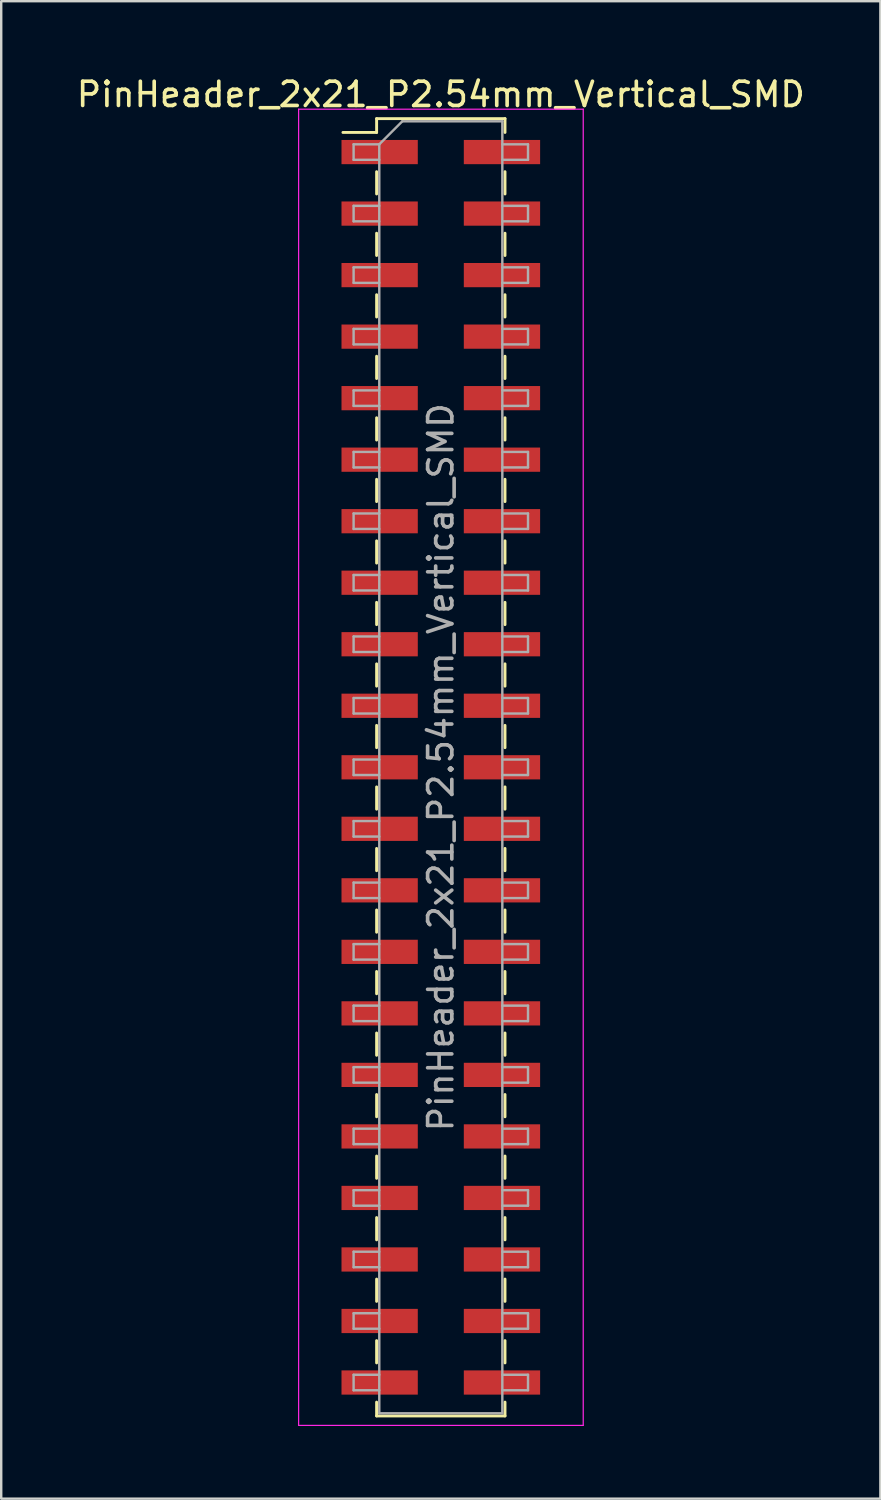
<source format=kicad_pcb>
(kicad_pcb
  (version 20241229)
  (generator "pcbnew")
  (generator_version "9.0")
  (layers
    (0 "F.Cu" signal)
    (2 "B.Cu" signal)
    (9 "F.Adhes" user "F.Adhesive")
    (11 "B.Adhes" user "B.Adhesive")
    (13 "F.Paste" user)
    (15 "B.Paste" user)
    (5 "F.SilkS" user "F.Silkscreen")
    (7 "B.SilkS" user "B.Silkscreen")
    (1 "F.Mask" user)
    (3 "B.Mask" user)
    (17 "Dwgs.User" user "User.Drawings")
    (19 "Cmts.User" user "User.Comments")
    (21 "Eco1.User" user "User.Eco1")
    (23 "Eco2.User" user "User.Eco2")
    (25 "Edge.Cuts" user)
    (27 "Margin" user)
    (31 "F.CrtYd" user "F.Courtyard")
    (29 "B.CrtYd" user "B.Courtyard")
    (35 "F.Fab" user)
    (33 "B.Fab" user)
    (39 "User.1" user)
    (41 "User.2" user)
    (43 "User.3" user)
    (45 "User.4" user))
  (footprint "PinHeader_2x21_P2.54mm_Vertical_SMD"
    (layer "F.Cu")
    (at 15.149 28.628)
    (property "Reference" "PinHeader_2x21_P2.54mm_Vertical_SMD" (at 0 -27.78 0) (layer "F.SilkS") (effects (font (size 1 1) (thickness 0.15))))
    (attr smd)
    (fp_line (start -4.04 -26.21) (end -2.65 -26.21) (stroke (width 0.12) (type solid)) (layer "F.SilkS"))
    (fp_line (start -2.65 -26.78) (end -2.65 -26.21) (stroke (width 0.12) (type solid)) (layer "F.SilkS"))
    (fp_line (start -2.65 -26.78) (end 2.65 -26.78) (stroke (width 0.12) (type solid)) (layer "F.SilkS"))
    (fp_line (start -2.65 -24.59) (end -2.65 -23.67) (stroke (width 0.12) (type solid)) (layer "F.SilkS"))
    (fp_line (start -2.65 -22.05) (end -2.65 -21.13) (stroke (width 0.12) (type solid)) (layer "F.SilkS"))
    (fp_line (start -2.65 -19.51) (end -2.65 -18.59) (stroke (width 0.12) (type solid)) (layer "F.SilkS"))
    (fp_line (start -2.65 -16.97) (end -2.65 -16.05) (stroke (width 0.12) (type solid)) (layer "F.SilkS"))
    (fp_line (start -2.65 -14.43) (end -2.65 -13.51) (stroke (width 0.12) (type solid)) (layer "F.SilkS"))
    (fp_line (start -2.65 -11.89) (end -2.65 -10.97) (stroke (width 0.12) (type solid)) (layer "F.SilkS"))
    (fp_line (start -2.65 -9.35) (end -2.65 -8.43) (stroke (width 0.12) (type solid)) (layer "F.SilkS"))
    (fp_line (start -2.65 -6.81) (end -2.65 -5.89) (stroke (width 0.12) (type solid)) (layer "F.SilkS"))
    (fp_line (start -2.65 -4.27) (end -2.65 -3.35) (stroke (width 0.12) (type solid)) (layer "F.SilkS"))
    (fp_line (start -2.65 -1.73) (end -2.65 -0.81) (stroke (width 0.12) (type solid)) (layer "F.SilkS"))
    (fp_line (start -2.65 0.81) (end -2.65 1.73) (stroke (width 0.12) (type solid)) (layer "F.SilkS"))
    (fp_line (start -2.65 3.35) (end -2.65 4.27) (stroke (width 0.12) (type solid)) (layer "F.SilkS"))
    (fp_line (start -2.65 5.89) (end -2.65 6.81) (stroke (width 0.12) (type solid)) (layer "F.SilkS"))
    (fp_line (start -2.65 8.43) (end -2.65 9.35) (stroke (width 0.12) (type solid)) (layer "F.SilkS"))
    (fp_line (start -2.65 10.97) (end -2.65 11.89) (stroke (width 0.12) (type solid)) (layer "F.SilkS"))
    (fp_line (start -2.65 13.51) (end -2.65 14.43) (stroke (width 0.12) (type solid)) (layer "F.SilkS"))
    (fp_line (start -2.65 16.05) (end -2.65 16.97) (stroke (width 0.12) (type solid)) (layer "F.SilkS"))
    (fp_line (start -2.65 18.59) (end -2.65 19.51) (stroke (width 0.12) (type solid)) (layer "F.SilkS"))
    (fp_line (start -2.65 21.13) (end -2.65 22.05) (stroke (width 0.12) (type solid)) (layer "F.SilkS"))
    (fp_line (start -2.65 23.67) (end -2.65 24.59) (stroke (width 0.12) (type solid)) (layer "F.SilkS"))
    (fp_line (start -2.65 26.21) (end -2.65 26.78) (stroke (width 0.12) (type solid)) (layer "F.SilkS"))
    (fp_line (start -2.65 26.78) (end 2.65 26.78) (stroke (width 0.12) (type solid)) (layer "F.SilkS"))
    (fp_line (start 2.65 -26.78) (end 2.65 -26.21) (stroke (width 0.12) (type solid)) (layer "F.SilkS"))
    (fp_line (start 2.65 -24.59) (end 2.65 -23.67) (stroke (width 0.12) (type solid)) (layer "F.SilkS"))
    (fp_line (start 2.65 -22.05) (end 2.65 -21.13) (stroke (width 0.12) (type solid)) (layer "F.SilkS"))
    (fp_line (start 2.65 -19.51) (end 2.65 -18.59) (stroke (width 0.12) (type solid)) (layer "F.SilkS"))
    (fp_line (start 2.65 -16.97) (end 2.65 -16.05) (stroke (width 0.12) (type solid)) (layer "F.SilkS"))
    (fp_line (start 2.65 -14.43) (end 2.65 -13.51) (stroke (width 0.12) (type solid)) (layer "F.SilkS"))
    (fp_line (start 2.65 -11.89) (end 2.65 -10.97) (stroke (width 0.12) (type solid)) (layer "F.SilkS"))
    (fp_line (start 2.65 -9.35) (end 2.65 -8.43) (stroke (width 0.12) (type solid)) (layer "F.SilkS"))
    (fp_line (start 2.65 -6.81) (end 2.65 -5.89) (stroke (width 0.12) (type solid)) (layer "F.SilkS"))
    (fp_line (start 2.65 -4.27) (end 2.65 -3.35) (stroke (width 0.12) (type solid)) (layer "F.SilkS"))
    (fp_line (start 2.65 -1.73) (end 2.65 -0.81) (stroke (width 0.12) (type solid)) (layer "F.SilkS"))
    (fp_line (start 2.65 0.81) (end 2.65 1.73) (stroke (width 0.12) (type solid)) (layer "F.SilkS"))
    (fp_line (start 2.65 3.35) (end 2.65 4.27) (stroke (width 0.12) (type solid)) (layer "F.SilkS"))
    (fp_line (start 2.65 5.89) (end 2.65 6.81) (stroke (width 0.12) (type solid)) (layer "F.SilkS"))
    (fp_line (start 2.65 8.43) (end 2.65 9.35) (stroke (width 0.12) (type solid)) (layer "F.SilkS"))
    (fp_line (start 2.65 10.97) (end 2.65 11.89) (stroke (width 0.12) (type solid)) (layer "F.SilkS"))
    (fp_line (start 2.65 13.51) (end 2.65 14.43) (stroke (width 0.12) (type solid)) (layer "F.SilkS"))
    (fp_line (start 2.65 16.05) (end 2.65 16.97) (stroke (width 0.12) (type solid)) (layer "F.SilkS"))
    (fp_line (start 2.65 18.59) (end 2.65 19.51) (stroke (width 0.12) (type solid)) (layer "F.SilkS"))
    (fp_line (start 2.65 21.13) (end 2.65 22.05) (stroke (width 0.12) (type solid)) (layer "F.SilkS"))
    (fp_line (start 2.65 23.67) (end 2.65 24.59) (stroke (width 0.12) (type solid)) (layer "F.SilkS"))
    (fp_line (start 2.65 26.21) (end 2.65 26.78) (stroke (width 0.12) (type solid)) (layer "F.SilkS"))
    (fp_line (start -5.87 -27.17) (end -5.87 27.17) (stroke (width 0.05) (type solid)) (layer "F.CrtYd"))
    (fp_line (start -5.87 27.17) (end 5.88 27.17) (stroke (width 0.05) (type solid)) (layer "F.CrtYd"))
    (fp_line (start 5.88 -27.17) (end -5.87 -27.17) (stroke (width 0.05) (type solid)) (layer "F.CrtYd"))
    (fp_line (start 5.88 27.17) (end 5.88 -27.17) (stroke (width 0.05) (type solid)) (layer "F.CrtYd"))
    (fp_line (start -3.6 -25.72) (end -3.6 -25.08) (stroke (width 0.1) (type solid)) (layer "F.Fab"))
    (fp_line (start -3.6 -25.08) (end -2.54 -25.08) (stroke (width 0.1) (type solid)) (layer "F.Fab"))
    (fp_line (start -3.6 -23.18) (end -3.6 -22.54) (stroke (width 0.1) (type solid)) (layer "F.Fab"))
    (fp_line (start -3.6 -22.54) (end -2.54 -22.54) (stroke (width 0.1) (type solid)) (layer "F.Fab"))
    (fp_line (start -3.6 -20.64) (end -3.6 -20) (stroke (width 0.1) (type solid)) (layer "F.Fab"))
    (fp_line (start -3.6 -20) (end -2.54 -20) (stroke (width 0.1) (type solid)) (layer "F.Fab"))
    (fp_line (start -3.6 -18.1) (end -3.6 -17.46) (stroke (width 0.1) (type solid)) (layer "F.Fab"))
    (fp_line (start -3.6 -17.46) (end -2.54 -17.46) (stroke (width 0.1) (type solid)) (layer "F.Fab"))
    (fp_line (start -3.6 -15.56) (end -3.6 -14.92) (stroke (width 0.1) (type solid)) (layer "F.Fab"))
    (fp_line (start -3.6 -14.92) (end -2.54 -14.92) (stroke (width 0.1) (type solid)) (layer "F.Fab"))
    (fp_line (start -3.6 -13.02) (end -3.6 -12.38) (stroke (width 0.1) (type solid)) (layer "F.Fab"))
    (fp_line (start -3.6 -12.38) (end -2.54 -12.38) (stroke (width 0.1) (type solid)) (layer "F.Fab"))
    (fp_line (start -3.6 -10.48) (end -3.6 -9.84) (stroke (width 0.1) (type solid)) (layer "F.Fab"))
    (fp_line (start -3.6 -9.84) (end -2.54 -9.84) (stroke (width 0.1) (type solid)) (layer "F.Fab"))
    (fp_line (start -3.6 -7.94) (end -3.6 -7.3) (stroke (width 0.1) (type solid)) (layer "F.Fab"))
    (fp_line (start -3.6 -7.3) (end -2.54 -7.3) (stroke (width 0.1) (type solid)) (layer "F.Fab"))
    (fp_line (start -3.6 -5.4) (end -3.6 -4.76) (stroke (width 0.1) (type solid)) (layer "F.Fab"))
    (fp_line (start -3.6 -4.76) (end -2.54 -4.76) (stroke (width 0.1) (type solid)) (layer "F.Fab"))
    (fp_line (start -3.6 -2.86) (end -3.6 -2.22) (stroke (width 0.1) (type solid)) (layer "F.Fab"))
    (fp_line (start -3.6 -2.22) (end -2.54 -2.22) (stroke (width 0.1) (type solid)) (layer "F.Fab"))
    (fp_line (start -3.6 -0.32) (end -3.6 0.32) (stroke (width 0.1) (type solid)) (layer "F.Fab"))
    (fp_line (start -3.6 0.32) (end -2.54 0.32) (stroke (width 0.1) (type solid)) (layer "F.Fab"))
    (fp_line (start -3.6 2.22) (end -3.6 2.86) (stroke (width 0.1) (type solid)) (layer "F.Fab"))
    (fp_line (start -3.6 2.86) (end -2.54 2.86) (stroke (width 0.1) (type solid)) (layer "F.Fab"))
    (fp_line (start -3.6 4.76) (end -3.6 5.4) (stroke (width 0.1) (type solid)) (layer "F.Fab"))
    (fp_line (start -3.6 5.4) (end -2.54 5.4) (stroke (width 0.1) (type solid)) (layer "F.Fab"))
    (fp_line (start -3.6 7.3) (end -3.6 7.94) (stroke (width 0.1) (type solid)) (layer "F.Fab"))
    (fp_line (start -3.6 7.94) (end -2.54 7.94) (stroke (width 0.1) (type solid)) (layer "F.Fab"))
    (fp_line (start -3.6 9.84) (end -3.6 10.48) (stroke (width 0.1) (type solid)) (layer "F.Fab"))
    (fp_line (start -3.6 10.48) (end -2.54 10.48) (stroke (width 0.1) (type solid)) (layer "F.Fab"))
    (fp_line (start -3.6 12.38) (end -3.6 13.02) (stroke (width 0.1) (type solid)) (layer "F.Fab"))
    (fp_line (start -3.6 13.02) (end -2.54 13.02) (stroke (width 0.1) (type solid)) (layer "F.Fab"))
    (fp_line (start -3.6 14.92) (end -3.6 15.56) (stroke (width 0.1) (type solid)) (layer "F.Fab"))
    (fp_line (start -3.6 15.56) (end -2.54 15.56) (stroke (width 0.1) (type solid)) (layer "F.Fab"))
    (fp_line (start -3.6 17.46) (end -3.6 18.1) (stroke (width 0.1) (type solid)) (layer "F.Fab"))
    (fp_line (start -3.6 18.1) (end -2.54 18.1) (stroke (width 0.1) (type solid)) (layer "F.Fab"))
    (fp_line (start -3.6 20) (end -3.6 20.64) (stroke (width 0.1) (type solid)) (layer "F.Fab"))
    (fp_line (start -3.6 20.64) (end -2.54 20.64) (stroke (width 0.1) (type solid)) (layer "F.Fab"))
    (fp_line (start -3.6 22.54) (end -3.6 23.18) (stroke (width 0.1) (type solid)) (layer "F.Fab"))
    (fp_line (start -3.6 23.18) (end -2.54 23.18) (stroke (width 0.1) (type solid)) (layer "F.Fab"))
    (fp_line (start -3.6 25.08) (end -3.6 25.72) (stroke (width 0.1) (type solid)) (layer "F.Fab"))
    (fp_line (start -3.6 25.72) (end -2.54 25.72) (stroke (width 0.1) (type solid)) (layer "F.Fab"))
    (fp_line (start -2.54 -25.72) (end -3.6 -25.72) (stroke (width 0.1) (type solid)) (layer "F.Fab"))
    (fp_line (start -2.54 -25.72) (end -1.59 -26.67) (stroke (width 0.1) (type solid)) (layer "F.Fab"))
    (fp_line (start -2.54 -23.18) (end -3.6 -23.18) (stroke (width 0.1) (type solid)) (layer "F.Fab"))
    (fp_line (start -2.54 -20.64) (end -3.6 -20.64) (stroke (width 0.1) (type solid)) (layer "F.Fab"))
    (fp_line (start -2.54 -18.1) (end -3.6 -18.1) (stroke (width 0.1) (type solid)) (layer "F.Fab"))
    (fp_line (start -2.54 -15.56) (end -3.6 -15.56) (stroke (width 0.1) (type solid)) (layer "F.Fab"))
    (fp_line (start -2.54 -13.02) (end -3.6 -13.02) (stroke (width 0.1) (type solid)) (layer "F.Fab"))
    (fp_line (start -2.54 -10.48) (end -3.6 -10.48) (stroke (width 0.1) (type solid)) (layer "F.Fab"))
    (fp_line (start -2.54 -7.94) (end -3.6 -7.94) (stroke (width 0.1) (type solid)) (layer "F.Fab"))
    (fp_line (start -2.54 -5.4) (end -3.6 -5.4) (stroke (width 0.1) (type solid)) (layer "F.Fab"))
    (fp_line (start -2.54 -2.86) (end -3.6 -2.86) (stroke (width 0.1) (type solid)) (layer "F.Fab"))
    (fp_line (start -2.54 -0.32) (end -3.6 -0.32) (stroke (width 0.1) (type solid)) (layer "F.Fab"))
    (fp_line (start -2.54 2.22) (end -3.6 2.22) (stroke (width 0.1) (type solid)) (layer "F.Fab"))
    (fp_line (start -2.54 4.76) (end -3.6 4.76) (stroke (width 0.1) (type solid)) (layer "F.Fab"))
    (fp_line (start -2.54 7.3) (end -3.6 7.3) (stroke (width 0.1) (type solid)) (layer "F.Fab"))
    (fp_line (start -2.54 9.84) (end -3.6 9.84) (stroke (width 0.1) (type solid)) (layer "F.Fab"))
    (fp_line (start -2.54 12.38) (end -3.6 12.38) (stroke (width 0.1) (type solid)) (layer "F.Fab"))
    (fp_line (start -2.54 14.92) (end -3.6 14.92) (stroke (width 0.1) (type solid)) (layer "F.Fab"))
    (fp_line (start -2.54 17.46) (end -3.6 17.46) (stroke (width 0.1) (type solid)) (layer "F.Fab"))
    (fp_line (start -2.54 20) (end -3.6 20) (stroke (width 0.1) (type solid)) (layer "F.Fab"))
    (fp_line (start -2.54 22.54) (end -3.6 22.54) (stroke (width 0.1) (type solid)) (layer "F.Fab"))
    (fp_line (start -2.54 25.08) (end -3.6 25.08) (stroke (width 0.1) (type solid)) (layer "F.Fab"))
    (fp_line (start -2.54 26.67) (end -2.54 -25.72) (stroke (width 0.1) (type solid)) (layer "F.Fab"))
    (fp_line (start -1.59 -26.67) (end 2.54 -26.67) (stroke (width 0.1) (type solid)) (layer "F.Fab"))
    (fp_line (start 2.54 -26.67) (end 2.54 26.67) (stroke (width 0.1) (type solid)) (layer "F.Fab"))
    (fp_line (start 2.54 -25.72) (end 3.6 -25.72) (stroke (width 0.1) (type solid)) (layer "F.Fab"))
    (fp_line (start 2.54 -23.18) (end 3.6 -23.18) (stroke (width 0.1) (type solid)) (layer "F.Fab"))
    (fp_line (start 2.54 -20.64) (end 3.6 -20.64) (stroke (width 0.1) (type solid)) (layer "F.Fab"))
    (fp_line (start 2.54 -18.1) (end 3.6 -18.1) (stroke (width 0.1) (type solid)) (layer "F.Fab"))
    (fp_line (start 2.54 -15.56) (end 3.6 -15.56) (stroke (width 0.1) (type solid)) (layer "F.Fab"))
    (fp_line (start 2.54 -13.02) (end 3.6 -13.02) (stroke (width 0.1) (type solid)) (layer "F.Fab"))
    (fp_line (start 2.54 -10.48) (end 3.6 -10.48) (stroke (width 0.1) (type solid)) (layer "F.Fab"))
    (fp_line (start 2.54 -7.94) (end 3.6 -7.94) (stroke (width 0.1) (type solid)) (layer "F.Fab"))
    (fp_line (start 2.54 -5.4) (end 3.6 -5.4) (stroke (width 0.1) (type solid)) (layer "F.Fab"))
    (fp_line (start 2.54 -2.86) (end 3.6 -2.86) (stroke (width 0.1) (type solid)) (layer "F.Fab"))
    (fp_line (start 2.54 -0.32) (end 3.6 -0.32) (stroke (width 0.1) (type solid)) (layer "F.Fab"))
    (fp_line (start 2.54 2.22) (end 3.6 2.22) (stroke (width 0.1) (type solid)) (layer "F.Fab"))
    (fp_line (start 2.54 4.76) (end 3.6 4.76) (stroke (width 0.1) (type solid)) (layer "F.Fab"))
    (fp_line (start 2.54 7.3) (end 3.6 7.3) (stroke (width 0.1) (type solid)) (layer "F.Fab"))
    (fp_line (start 2.54 9.84) (end 3.6 9.84) (stroke (width 0.1) (type solid)) (layer "F.Fab"))
    (fp_line (start 2.54 12.38) (end 3.6 12.38) (stroke (width 0.1) (type solid)) (layer "F.Fab"))
    (fp_line (start 2.54 14.92) (end 3.6 14.92) (stroke (width 0.1) (type solid)) (layer "F.Fab"))
    (fp_line (start 2.54 17.46) (end 3.6 17.46) (stroke (width 0.1) (type solid)) (layer "F.Fab"))
    (fp_line (start 2.54 20) (end 3.6 20) (stroke (width 0.1) (type solid)) (layer "F.Fab"))
    (fp_line (start 2.54 22.54) (end 3.6 22.54) (stroke (width 0.1) (type solid)) (layer "F.Fab"))
    (fp_line (start 2.54 25.08) (end 3.6 25.08) (stroke (width 0.1) (type solid)) (layer "F.Fab"))
    (fp_line (start 2.54 26.67) (end -2.54 26.67) (stroke (width 0.1) (type solid)) (layer "F.Fab"))
    (fp_line (start 3.6 -25.72) (end 3.6 -25.08) (stroke (width 0.1) (type solid)) (layer "F.Fab"))
    (fp_line (start 3.6 -25.08) (end 2.54 -25.08) (stroke (width 0.1) (type solid)) (layer "F.Fab"))
    (fp_line (start 3.6 -23.18) (end 3.6 -22.54) (stroke (width 0.1) (type solid)) (layer "F.Fab"))
    (fp_line (start 3.6 -22.54) (end 2.54 -22.54) (stroke (width 0.1) (type solid)) (layer "F.Fab"))
    (fp_line (start 3.6 -20.64) (end 3.6 -20) (stroke (width 0.1) (type solid)) (layer "F.Fab"))
    (fp_line (start 3.6 -20) (end 2.54 -20) (stroke (width 0.1) (type solid)) (layer "F.Fab"))
    (fp_line (start 3.6 -18.1) (end 3.6 -17.46) (stroke (width 0.1) (type solid)) (layer "F.Fab"))
    (fp_line (start 3.6 -17.46) (end 2.54 -17.46) (stroke (width 0.1) (type solid)) (layer "F.Fab"))
    (fp_line (start 3.6 -15.56) (end 3.6 -14.92) (stroke (width 0.1) (type solid)) (layer "F.Fab"))
    (fp_line (start 3.6 -14.92) (end 2.54 -14.92) (stroke (width 0.1) (type solid)) (layer "F.Fab"))
    (fp_line (start 3.6 -13.02) (end 3.6 -12.38) (stroke (width 0.1) (type solid)) (layer "F.Fab"))
    (fp_line (start 3.6 -12.38) (end 2.54 -12.38) (stroke (width 0.1) (type solid)) (layer "F.Fab"))
    (fp_line (start 3.6 -10.48) (end 3.6 -9.84) (stroke (width 0.1) (type solid)) (layer "F.Fab"))
    (fp_line (start 3.6 -9.84) (end 2.54 -9.84) (stroke (width 0.1) (type solid)) (layer "F.Fab"))
    (fp_line (start 3.6 -7.94) (end 3.6 -7.3) (stroke (width 0.1) (type solid)) (layer "F.Fab"))
    (fp_line (start 3.6 -7.3) (end 2.54 -7.3) (stroke (width 0.1) (type solid)) (layer "F.Fab"))
    (fp_line (start 3.6 -5.4) (end 3.6 -4.76) (stroke (width 0.1) (type solid)) (layer "F.Fab"))
    (fp_line (start 3.6 -4.76) (end 2.54 -4.76) (stroke (width 0.1) (type solid)) (layer "F.Fab"))
    (fp_line (start 3.6 -2.86) (end 3.6 -2.22) (stroke (width 0.1) (type solid)) (layer "F.Fab"))
    (fp_line (start 3.6 -2.22) (end 2.54 -2.22) (stroke (width 0.1) (type solid)) (layer "F.Fab"))
    (fp_line (start 3.6 -0.32) (end 3.6 0.32) (stroke (width 0.1) (type solid)) (layer "F.Fab"))
    (fp_line (start 3.6 0.32) (end 2.54 0.32) (stroke (width 0.1) (type solid)) (layer "F.Fab"))
    (fp_line (start 3.6 2.22) (end 3.6 2.86) (stroke (width 0.1) (type solid)) (layer "F.Fab"))
    (fp_line (start 3.6 2.86) (end 2.54 2.86) (stroke (width 0.1) (type solid)) (layer "F.Fab"))
    (fp_line (start 3.6 4.76) (end 3.6 5.4) (stroke (width 0.1) (type solid)) (layer "F.Fab"))
    (fp_line (start 3.6 5.4) (end 2.54 5.4) (stroke (width 0.1) (type solid)) (layer "F.Fab"))
    (fp_line (start 3.6 7.3) (end 3.6 7.94) (stroke (width 0.1) (type solid)) (layer "F.Fab"))
    (fp_line (start 3.6 7.94) (end 2.54 7.94) (stroke (width 0.1) (type solid)) (layer "F.Fab"))
    (fp_line (start 3.6 9.84) (end 3.6 10.48) (stroke (width 0.1) (type solid)) (layer "F.Fab"))
    (fp_line (start 3.6 10.48) (end 2.54 10.48) (stroke (width 0.1) (type solid)) (layer "F.Fab"))
    (fp_line (start 3.6 12.38) (end 3.6 13.02) (stroke (width 0.1) (type solid)) (layer "F.Fab"))
    (fp_line (start 3.6 13.02) (end 2.54 13.02) (stroke (width 0.1) (type solid)) (layer "F.Fab"))
    (fp_line (start 3.6 14.92) (end 3.6 15.56) (stroke (width 0.1) (type solid)) (layer "F.Fab"))
    (fp_line (start 3.6 15.56) (end 2.54 15.56) (stroke (width 0.1) (type solid)) (layer "F.Fab"))
    (fp_line (start 3.6 17.46) (end 3.6 18.1) (stroke (width 0.1) (type solid)) (layer "F.Fab"))
    (fp_line (start 3.6 18.1) (end 2.54 18.1) (stroke (width 0.1) (type solid)) (layer "F.Fab"))
    (fp_line (start 3.6 20) (end 3.6 20.64) (stroke (width 0.1) (type solid)) (layer "F.Fab"))
    (fp_line (start 3.6 20.64) (end 2.54 20.64) (stroke (width 0.1) (type solid)) (layer "F.Fab"))
    (fp_line (start 3.6 22.54) (end 3.6 23.18) (stroke (width 0.1) (type solid)) (layer "F.Fab"))
    (fp_line (start 3.6 23.18) (end 2.54 23.18) (stroke (width 0.1) (type solid)) (layer "F.Fab"))
    (fp_line (start 3.6 25.08) (end 3.6 25.72) (stroke (width 0.1) (type solid)) (layer "F.Fab"))
    (fp_line (start 3.6 25.72) (end 2.54 25.72) (stroke (width 0.1) (type solid)) (layer "F.Fab"))
    (fp_text user "${REFERENCE}" (at 0 0 90) (layer "F.Fab") (effects (font (size 1 1) (thickness 0.15))))
    (pad "1" smd rect (at -2.525 -25.4) (size 3.15 1) (layers "F.Cu" "F.Mask" "F.Paste"))
    (pad "2" smd rect (at 2.525 -25.4) (size 3.15 1) (layers "F.Cu" "F.Mask" "F.Paste"))
    (pad "3" smd rect (at -2.525 -22.86) (size 3.15 1) (layers "F.Cu" "F.Mask" "F.Paste"))
    (pad "4" smd rect (at 2.525 -22.86) (size 3.15 1) (layers "F.Cu" "F.Mask" "F.Paste"))
    (pad "5" smd rect (at -2.525 -20.32) (size 3.15 1) (layers "F.Cu" "F.Mask" "F.Paste"))
    (pad "6" smd rect (at 2.525 -20.32) (size 3.15 1) (layers "F.Cu" "F.Mask" "F.Paste"))
    (pad "7" smd rect (at -2.525 -17.78) (size 3.15 1) (layers "F.Cu" "F.Mask" "F.Paste"))
    (pad "8" smd rect (at 2.525 -17.78) (size 3.15 1) (layers "F.Cu" "F.Mask" "F.Paste"))
    (pad "9" smd rect (at -2.525 -15.24) (size 3.15 1) (layers "F.Cu" "F.Mask" "F.Paste"))
    (pad "10" smd rect (at 2.525 -15.24) (size 3.15 1) (layers "F.Cu" "F.Mask" "F.Paste"))
    (pad "11" smd rect (at -2.525 -12.7) (size 3.15 1) (layers "F.Cu" "F.Mask" "F.Paste"))
    (pad "12" smd rect (at 2.525 -12.7) (size 3.15 1) (layers "F.Cu" "F.Mask" "F.Paste"))
    (pad "13" smd rect (at -2.525 -10.16) (size 3.15 1) (layers "F.Cu" "F.Mask" "F.Paste"))
    (pad "14" smd rect (at 2.525 -10.16) (size 3.15 1) (layers "F.Cu" "F.Mask" "F.Paste"))
    (pad "15" smd rect (at -2.525 -7.62) (size 3.15 1) (layers "F.Cu" "F.Mask" "F.Paste"))
    (pad "16" smd rect (at 2.525 -7.62) (size 3.15 1) (layers "F.Cu" "F.Mask" "F.Paste"))
    (pad "17" smd rect (at -2.525 -5.08) (size 3.15 1) (layers "F.Cu" "F.Mask" "F.Paste"))
    (pad "18" smd rect (at 2.525 -5.08) (size 3.15 1) (layers "F.Cu" "F.Mask" "F.Paste"))
    (pad "19" smd rect (at -2.525 -2.54) (size 3.15 1) (layers "F.Cu" "F.Mask" "F.Paste"))
    (pad "20" smd rect (at 2.525 -2.54) (size 3.15 1) (layers "F.Cu" "F.Mask" "F.Paste"))
    (pad "21" smd rect (at -2.525 0) (size 3.15 1) (layers "F.Cu" "F.Mask" "F.Paste"))
    (pad "22" smd rect (at 2.525 0) (size 3.15 1) (layers "F.Cu" "F.Mask" "F.Paste"))
    (pad "23" smd rect (at -2.525 2.54) (size 3.15 1) (layers "F.Cu" "F.Mask" "F.Paste"))
    (pad "24" smd rect (at 2.525 2.54) (size 3.15 1) (layers "F.Cu" "F.Mask" "F.Paste"))
    (pad "25" smd rect (at -2.525 5.08) (size 3.15 1) (layers "F.Cu" "F.Mask" "F.Paste"))
    (pad "26" smd rect (at 2.525 5.08) (size 3.15 1) (layers "F.Cu" "F.Mask" "F.Paste"))
    (pad "27" smd rect (at -2.525 7.62) (size 3.15 1) (layers "F.Cu" "F.Mask" "F.Paste"))
    (pad "28" smd rect (at 2.525 7.62) (size 3.15 1) (layers "F.Cu" "F.Mask" "F.Paste"))
    (pad "29" smd rect (at -2.525 10.16) (size 3.15 1) (layers "F.Cu" "F.Mask" "F.Paste"))
    (pad "30" smd rect (at 2.525 10.16) (size 3.15 1) (layers "F.Cu" "F.Mask" "F.Paste"))
    (pad "31" smd rect (at -2.525 12.7) (size 3.15 1) (layers "F.Cu" "F.Mask" "F.Paste"))
    (pad "32" smd rect (at 2.525 12.7) (size 3.15 1) (layers "F.Cu" "F.Mask" "F.Paste"))
    (pad "33" smd rect (at -2.525 15.24) (size 3.15 1) (layers "F.Cu" "F.Mask" "F.Paste"))
    (pad "34" smd rect (at 2.525 15.24) (size 3.15 1) (layers "F.Cu" "F.Mask" "F.Paste"))
    (pad "35" smd rect (at -2.525 17.78) (size 3.15 1) (layers "F.Cu" "F.Mask" "F.Paste"))
    (pad "36" smd rect (at 2.525 17.78) (size 3.15 1) (layers "F.Cu" "F.Mask" "F.Paste"))
    (pad "37" smd rect (at -2.525 20.32) (size 3.15 1) (layers "F.Cu" "F.Mask" "F.Paste"))
    (pad "38" smd rect (at 2.525 20.32) (size 3.15 1) (layers "F.Cu" "F.Mask" "F.Paste"))
    (pad "39" smd rect (at -2.525 22.86) (size 3.15 1) (layers "F.Cu" "F.Mask" "F.Paste"))
    (pad "40" smd rect (at 2.525 22.86) (size 3.15 1) (layers "F.Cu" "F.Mask" "F.Paste"))
    (pad "41" smd rect (at -2.525 25.4) (size 3.15 1) (layers "F.Cu" "F.Mask" "F.Paste"))
    (pad "42" smd rect (at 2.525 25.4) (size 3.15 1) (layers "F.Cu" "F.Mask" "F.Paste")))
  (gr_rect
    (start -3 -3)
    (end 33.298 58.823)
    (stroke (width 0.1) (type default))
    (fill no)
    (layer "Edge.Cuts")))
</source>
